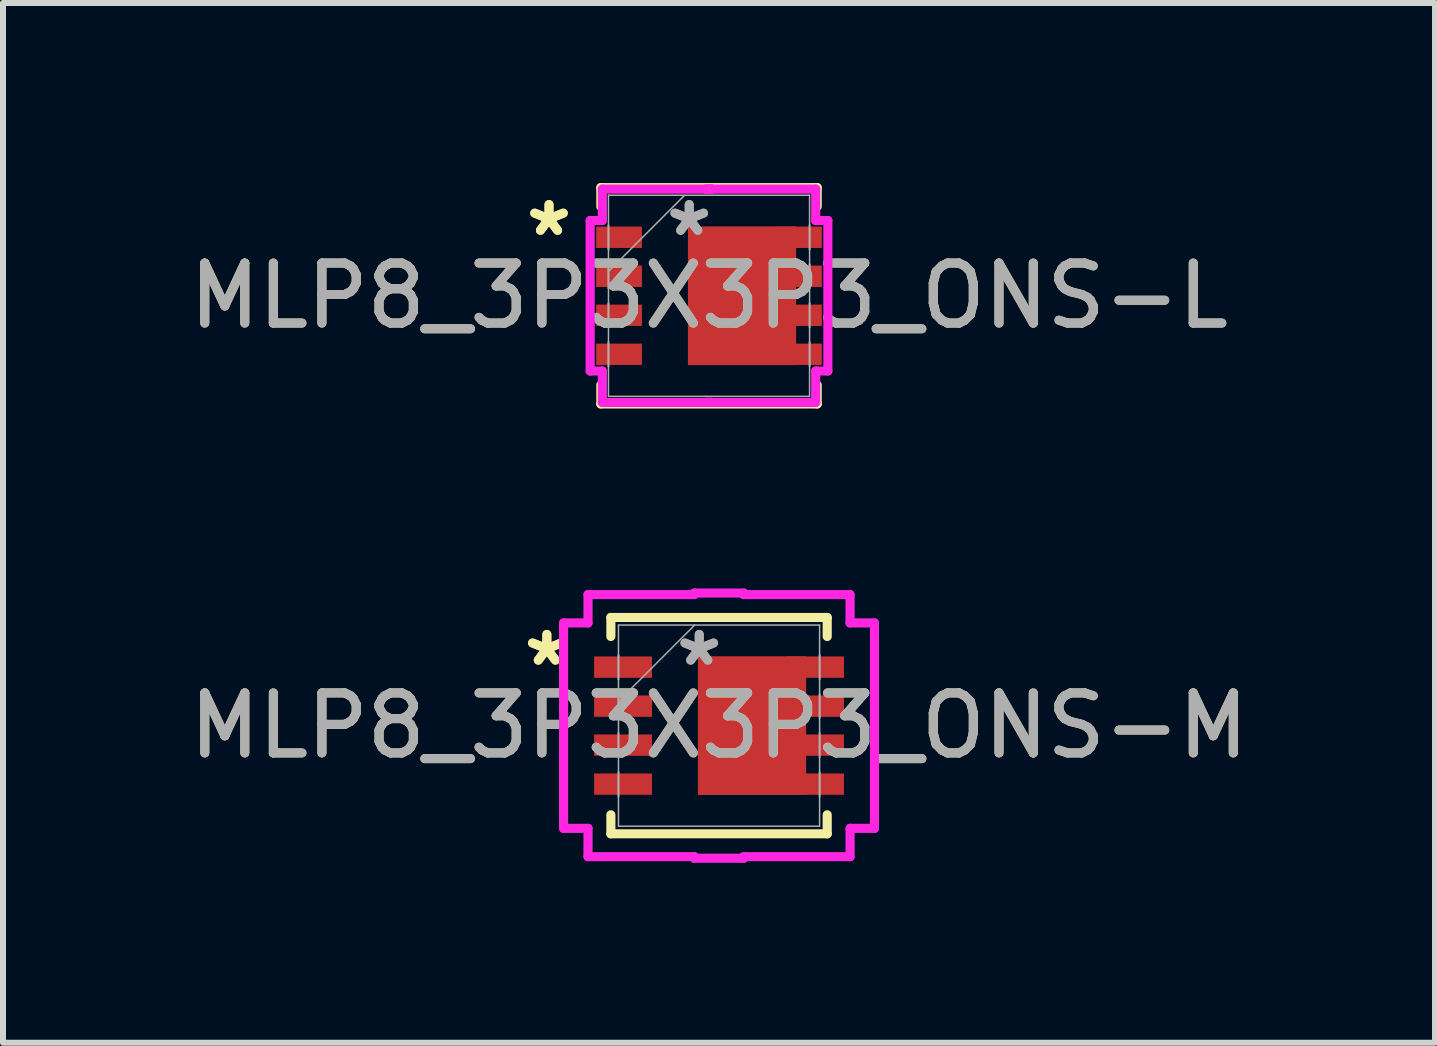
<source format=kicad_pcb>
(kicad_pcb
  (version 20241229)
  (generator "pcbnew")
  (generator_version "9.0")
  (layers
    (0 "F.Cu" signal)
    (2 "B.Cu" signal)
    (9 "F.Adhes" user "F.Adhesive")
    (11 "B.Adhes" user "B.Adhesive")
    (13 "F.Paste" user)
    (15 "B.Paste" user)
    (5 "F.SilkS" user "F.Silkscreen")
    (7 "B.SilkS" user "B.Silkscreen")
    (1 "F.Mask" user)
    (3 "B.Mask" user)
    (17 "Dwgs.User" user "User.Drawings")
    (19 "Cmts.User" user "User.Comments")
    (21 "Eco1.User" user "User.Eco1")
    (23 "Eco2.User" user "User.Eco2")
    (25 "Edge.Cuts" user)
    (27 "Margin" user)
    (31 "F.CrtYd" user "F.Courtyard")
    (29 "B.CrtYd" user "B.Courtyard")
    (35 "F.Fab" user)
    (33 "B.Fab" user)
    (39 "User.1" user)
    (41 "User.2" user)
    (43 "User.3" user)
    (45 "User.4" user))
  (footprint "MLP8_3P3X3P3_ONS-M"
    (layer "F.Cu")
    (at 8.935 9.045)
    (property "Reference" "MLP8_3P3X3P3_ONS-M" (at 0 0 0) (unlocked yes) (layer "F.SilkS") (effects (font (size 1 1) (thickness 0.15))))
    (attr smd)
    (fp_poly (pts (xy -0.352 -1.156) (xy 1.452 -1.156) (xy 1.452 1.156) (xy -0.352 1.156)) (stroke (width 0) (type solid)) (fill yes) (layer "F.Cu"))
    (fp_poly (pts (xy -0.352 -1.156) (xy 1.452 -1.156) (xy 1.452 1.156) (xy -0.352 1.156)) (stroke (width 0) (type solid)) (fill yes) (layer "F.Mask"))
    (fp_line (start -1.803 -1.803) (end -1.803 -1.486) (stroke (width 0.152) (type solid)) (layer "F.SilkS"))
    (fp_line (start -1.803 1.486) (end -1.803 1.803) (stroke (width 0.152) (type solid)) (layer "F.SilkS"))
    (fp_line (start -1.803 1.803) (end 1.803 1.803) (stroke (width 0.152) (type solid)) (layer "F.SilkS"))
    (fp_line (start 1.803 -1.803) (end -1.803 -1.803) (stroke (width 0.152) (type solid)) (layer "F.SilkS"))
    (fp_line (start 1.803 -1.486) (end 1.803 -1.803) (stroke (width 0.152) (type solid)) (layer "F.SilkS"))
    (fp_line (start 1.803 1.803) (end 1.803 1.486) (stroke (width 0.152) (type solid)) (layer "F.SilkS"))
    (fp_poly (pts (xy -0.352 -1.156) (xy 1.452 -1.156) (xy 1.452 1.156) (xy -0.352 1.156)) (stroke (width 0) (type solid)) (fill yes) (layer "F.Paste"))
    (fp_line (start -2.591 -1.712) (end -2.184 -1.712) (stroke (width 0.152) (type solid)) (layer "F.CrtYd"))
    (fp_line (start -2.591 1.712) (end -2.591 -1.712) (stroke (width 0.152) (type solid)) (layer "F.CrtYd"))
    (fp_line (start -2.184 -2.184) (end -0.412 -2.184) (stroke (width 0.152) (type solid)) (layer "F.CrtYd"))
    (fp_line (start -2.184 -1.712) (end -2.184 -2.184) (stroke (width 0.152) (type solid)) (layer "F.CrtYd"))
    (fp_line (start -2.184 1.712) (end -2.591 1.712) (stroke (width 0.152) (type solid)) (layer "F.CrtYd"))
    (fp_line (start -2.184 2.184) (end -2.184 1.712) (stroke (width 0.152) (type solid)) (layer "F.CrtYd"))
    (fp_line (start -0.412 -2.21) (end 0.412 -2.21) (stroke (width 0.152) (type solid)) (layer "F.CrtYd"))
    (fp_line (start -0.412 -2.184) (end -0.412 -2.21) (stroke (width 0.152) (type solid)) (layer "F.CrtYd"))
    (fp_line (start -0.412 2.184) (end -2.184 2.184) (stroke (width 0.152) (type solid)) (layer "F.CrtYd"))
    (fp_line (start -0.412 2.21) (end -0.412 2.184) (stroke (width 0.152) (type solid)) (layer "F.CrtYd"))
    (fp_line (start 0.412 -2.21) (end 0.412 -2.184) (stroke (width 0.152) (type solid)) (layer "F.CrtYd"))
    (fp_line (start 0.412 -2.184) (end 2.184 -2.184) (stroke (width 0.152) (type solid)) (layer "F.CrtYd"))
    (fp_line (start 0.412 2.184) (end 0.412 2.21) (stroke (width 0.152) (type solid)) (layer "F.CrtYd"))
    (fp_line (start 0.412 2.21) (end -0.412 2.21) (stroke (width 0.152) (type solid)) (layer "F.CrtYd"))
    (fp_line (start 2.184 -2.184) (end 2.184 -1.712) (stroke (width 0.152) (type solid)) (layer "F.CrtYd"))
    (fp_line (start 2.184 -1.712) (end 2.591 -1.712) (stroke (width 0.152) (type solid)) (layer "F.CrtYd"))
    (fp_line (start 2.184 1.712) (end 2.184 2.184) (stroke (width 0.152) (type solid)) (layer "F.CrtYd"))
    (fp_line (start 2.184 2.184) (end 0.412 2.184) (stroke (width 0.152) (type solid)) (layer "F.CrtYd"))
    (fp_line (start 2.591 -1.712) (end 2.591 1.712) (stroke (width 0.152) (type solid)) (layer "F.CrtYd"))
    (fp_line (start 2.591 1.712) (end 2.184 1.712) (stroke (width 0.152) (type solid)) (layer "F.CrtYd"))
    (fp_line (start -1.676 -1.676) (end -1.676 1.676) (stroke (width 0.025) (type solid)) (layer "F.Fab"))
    (fp_line (start -1.676 -1.178) (end -1.676 -1.178) (stroke (width 0.025) (type solid)) (layer "F.Fab"))
    (fp_line (start -1.676 -1.178) (end -1.676 -0.772) (stroke (width 0.025) (type solid)) (layer "F.Fab"))
    (fp_line (start -1.676 -0.772) (end -1.676 -1.178) (stroke (width 0.025) (type solid)) (layer "F.Fab"))
    (fp_line (start -1.676 -0.772) (end -1.676 -0.772) (stroke (width 0.025) (type solid)) (layer "F.Fab"))
    (fp_line (start -1.676 -0.528) (end -1.676 -0.528) (stroke (width 0.025) (type solid)) (layer "F.Fab"))
    (fp_line (start -1.676 -0.528) (end -1.676 -0.122) (stroke (width 0.025) (type solid)) (layer "F.Fab"))
    (fp_line (start -1.676 -0.406) (end -0.406 -1.676) (stroke (width 0.025) (type solid)) (layer "F.Fab"))
    (fp_line (start -1.676 -0.122) (end -1.676 -0.528) (stroke (width 0.025) (type solid)) (layer "F.Fab"))
    (fp_line (start -1.676 -0.122) (end -1.676 -0.122) (stroke (width 0.025) (type solid)) (layer "F.Fab"))
    (fp_line (start -1.676 0.122) (end -1.676 0.122) (stroke (width 0.025) (type solid)) (layer "F.Fab"))
    (fp_line (start -1.676 0.122) (end -1.676 0.528) (stroke (width 0.025) (type solid)) (layer "F.Fab"))
    (fp_line (start -1.676 0.528) (end -1.676 0.122) (stroke (width 0.025) (type solid)) (layer "F.Fab"))
    (fp_line (start -1.676 0.528) (end -1.676 0.528) (stroke (width 0.025) (type solid)) (layer "F.Fab"))
    (fp_line (start -1.676 0.772) (end -1.676 0.772) (stroke (width 0.025) (type solid)) (layer "F.Fab"))
    (fp_line (start -1.676 0.772) (end -1.676 1.178) (stroke (width 0.025) (type solid)) (layer "F.Fab"))
    (fp_line (start -1.676 1.178) (end -1.676 0.772) (stroke (width 0.025) (type solid)) (layer "F.Fab"))
    (fp_line (start -1.676 1.178) (end -1.676 1.178) (stroke (width 0.025) (type solid)) (layer "F.Fab"))
    (fp_line (start -1.676 1.676) (end 1.676 1.676) (stroke (width 0.025) (type solid)) (layer "F.Fab"))
    (fp_line (start 1.676 -1.676) (end -1.676 -1.676) (stroke (width 0.025) (type solid)) (layer "F.Fab"))
    (fp_line (start 1.676 -1.178) (end 1.676 -1.178) (stroke (width 0.025) (type solid)) (layer "F.Fab"))
    (fp_line (start 1.676 -1.178) (end 1.676 -0.772) (stroke (width 0.025) (type solid)) (layer "F.Fab"))
    (fp_line (start 1.676 -0.772) (end 1.676 -1.178) (stroke (width 0.025) (type solid)) (layer "F.Fab"))
    (fp_line (start 1.676 -0.772) (end 1.676 -0.772) (stroke (width 0.025) (type solid)) (layer "F.Fab"))
    (fp_line (start 1.676 -0.528) (end 1.676 -0.528) (stroke (width 0.025) (type solid)) (layer "F.Fab"))
    (fp_line (start 1.676 -0.528) (end 1.676 -0.122) (stroke (width 0.025) (type solid)) (layer "F.Fab"))
    (fp_line (start 1.676 -0.122) (end 1.676 -0.528) (stroke (width 0.025) (type solid)) (layer "F.Fab"))
    (fp_line (start 1.676 -0.122) (end 1.676 -0.122) (stroke (width 0.025) (type solid)) (layer "F.Fab"))
    (fp_line (start 1.676 0.122) (end 1.676 0.122) (stroke (width 0.025) (type solid)) (layer "F.Fab"))
    (fp_line (start 1.676 0.122) (end 1.676 0.528) (stroke (width 0.025) (type solid)) (layer "F.Fab"))
    (fp_line (start 1.676 0.528) (end 1.676 0.122) (stroke (width 0.025) (type solid)) (layer "F.Fab"))
    (fp_line (start 1.676 0.528) (end 1.676 0.528) (stroke (width 0.025) (type solid)) (layer "F.Fab"))
    (fp_line (start 1.676 0.772) (end 1.676 0.772) (stroke (width 0.025) (type solid)) (layer "F.Fab"))
    (fp_line (start 1.676 0.772) (end 1.676 1.178) (stroke (width 0.025) (type solid)) (layer "F.Fab"))
    (fp_line (start 1.676 1.178) (end 1.676 0.772) (stroke (width 0.025) (type solid)) (layer "F.Fab"))
    (fp_line (start 1.676 1.178) (end 1.676 1.178) (stroke (width 0.025) (type solid)) (layer "F.Fab"))
    (fp_line (start 1.676 1.676) (end 1.676 -1.676) (stroke (width 0.025) (type solid)) (layer "F.Fab"))
    (fp_text user "*" (at -2.87 -0.975 0) (unlocked yes) (layer "F.SilkS") (effects (font (size 1 1) (thickness 0.15))))
    (fp_text user "*" (at -2.87 -0.975 0) (layer "F.SilkS") (effects (font (size 1 1) (thickness 0.15))))
    (fp_text user "${REFERENCE}" (at 0 0 0) (unlocked yes) (layer "F.Fab") (effects (font (size 1 1) (thickness 0.15))))
    (fp_text user "*" (at -0.33 -0.975 0) (unlocked yes) (layer "F.Fab") (effects (font (size 1 1) (thickness 0.15))))
    (fp_text user "*" (at -0.33 -0.975 0) (layer "F.Fab") (effects (font (size 1 1) (thickness 0.15))))
    (pad "1" smd rect (at -1.6 -0.975 90) (size 0.356 0.965) (layers "F.Cu" "F.Mask" "F.Paste"))
    (pad "2" smd rect (at -1.6 -0.325 90) (size 0.356 0.965) (layers "F.Cu" "F.Mask" "F.Paste"))
    (pad "3" smd rect (at -1.6 0.325 90) (size 0.356 0.965) (layers "F.Cu" "F.Mask" "F.Paste"))
    (pad "4" smd rect (at -1.6 0.975 90) (size 0.356 0.965) (layers "F.Cu" "F.Mask" "F.Paste"))
    (pad "5" smd rect (at 1.6 0.975 90) (size 0.356 0.965) (layers "F.Cu" "F.Mask" "F.Paste"))
    (pad "6" smd rect (at 1.6 0.325 90) (size 0.356 0.965) (layers "F.Cu" "F.Mask" "F.Paste"))
    (pad "7" smd rect (at 1.6 -0.325 90) (size 0.356 0.965) (layers "F.Cu" "F.Mask" "F.Paste"))
    (pad "8" smd rect (at 1.6 -0.975 90) (size 0.356 0.965) (layers "F.Cu" "F.Mask" "F.Paste")))
  (footprint "MLP8_3P3X3P3_ONS-L"
    (layer "F.Cu")
    (at 8.768 1.88)
    (property "Reference" "MLP8_3P3X3P3_ONS-L" (at 0 0 0) (unlocked yes) (layer "F.SilkS") (effects (font (size 1 1) (thickness 0.15))))
    (attr smd)
    (fp_poly (pts (xy -0.352 -1.156) (xy 1.452 -1.156) (xy 1.452 1.156) (xy -0.352 1.156)) (stroke (width 0) (type solid)) (fill yes) (layer "F.Cu"))
    (fp_poly (pts (xy -0.352 -1.156) (xy 1.452 -1.156) (xy 1.452 1.156) (xy -0.352 1.156)) (stroke (width 0) (type solid)) (fill yes) (layer "F.Mask"))
    (fp_line (start -1.803 -1.803) (end -1.803 -1.486) (stroke (width 0.152) (type solid)) (layer "F.SilkS"))
    (fp_line (start -1.803 1.486) (end -1.803 1.803) (stroke (width 0.152) (type solid)) (layer "F.SilkS"))
    (fp_line (start -1.803 1.803) (end 1.803 1.803) (stroke (width 0.152) (type solid)) (layer "F.SilkS"))
    (fp_line (start 1.803 -1.803) (end -1.803 -1.803) (stroke (width 0.152) (type solid)) (layer "F.SilkS"))
    (fp_line (start 1.803 -1.486) (end 1.803 -1.803) (stroke (width 0.152) (type solid)) (layer "F.SilkS"))
    (fp_line (start 1.803 1.803) (end 1.803 1.486) (stroke (width 0.152) (type solid)) (layer "F.SilkS"))
    (fp_poly (pts (xy -0.352 -1.156) (xy 1.452 -1.156) (xy 1.452 1.156) (xy -0.352 1.156)) (stroke (width 0) (type solid)) (fill yes) (layer "F.Paste"))
    (fp_line (start -1.981 -1.254) (end -1.778 -1.254) (stroke (width 0.152) (type solid)) (layer "F.CrtYd"))
    (fp_line (start -1.981 1.254) (end -1.981 -1.254) (stroke (width 0.152) (type solid)) (layer "F.CrtYd"))
    (fp_line (start -1.778 -1.778) (end 0.046 -1.778) (stroke (width 0.152) (type solid)) (layer "F.CrtYd"))
    (fp_line (start -1.778 -1.254) (end -1.778 -1.778) (stroke (width 0.152) (type solid)) (layer "F.CrtYd"))
    (fp_line (start -1.778 1.254) (end -1.981 1.254) (stroke (width 0.152) (type solid)) (layer "F.CrtYd"))
    (fp_line (start -1.778 1.778) (end -1.778 1.254) (stroke (width 0.152) (type solid)) (layer "F.CrtYd"))
    (fp_line (start -0.046 -1.778) (end -0.046 -1.778) (stroke (width 0.152) (type solid)) (layer "F.CrtYd"))
    (fp_line (start -0.046 -1.778) (end 1.778 -1.778) (stroke (width 0.152) (type solid)) (layer "F.CrtYd"))
    (fp_line (start -0.046 1.778) (end -0.046 1.778) (stroke (width 0.152) (type solid)) (layer "F.CrtYd"))
    (fp_line (start -0.046 1.778) (end 0.046 1.778) (stroke (width 0.152) (type solid)) (layer "F.CrtYd"))
    (fp_line (start 0.046 -1.778) (end -0.046 -1.778) (stroke (width 0.152) (type solid)) (layer "F.CrtYd"))
    (fp_line (start 0.046 -1.778) (end 0.046 -1.778) (stroke (width 0.152) (type solid)) (layer "F.CrtYd"))
    (fp_line (start 0.046 1.778) (end -1.778 1.778) (stroke (width 0.152) (type solid)) (layer "F.CrtYd"))
    (fp_line (start 0.046 1.778) (end 0.046 1.778) (stroke (width 0.152) (type solid)) (layer "F.CrtYd"))
    (fp_line (start 1.778 -1.778) (end 1.778 -1.254) (stroke (width 0.152) (type solid)) (layer "F.CrtYd"))
    (fp_line (start 1.778 -1.254) (end 1.981 -1.254) (stroke (width 0.152) (type solid)) (layer "F.CrtYd"))
    (fp_line (start 1.778 1.254) (end 1.778 1.778) (stroke (width 0.152) (type solid)) (layer "F.CrtYd"))
    (fp_line (start 1.778 1.778) (end -0.046 1.778) (stroke (width 0.152) (type solid)) (layer "F.CrtYd"))
    (fp_line (start 1.981 -1.254) (end 1.981 1.254) (stroke (width 0.152) (type solid)) (layer "F.CrtYd"))
    (fp_line (start 1.981 1.254) (end 1.778 1.254) (stroke (width 0.152) (type solid)) (layer "F.CrtYd"))
    (fp_line (start -1.676 -1.676) (end -1.676 1.676) (stroke (width 0.025) (type solid)) (layer "F.Fab"))
    (fp_line (start -1.676 -1.178) (end -1.676 -1.178) (stroke (width 0.025) (type solid)) (layer "F.Fab"))
    (fp_line (start -1.676 -1.178) (end -1.676 -0.772) (stroke (width 0.025) (type solid)) (layer "F.Fab"))
    (fp_line (start -1.676 -0.772) (end -1.676 -1.178) (stroke (width 0.025) (type solid)) (layer "F.Fab"))
    (fp_line (start -1.676 -0.772) (end -1.676 -0.772) (stroke (width 0.025) (type solid)) (layer "F.Fab"))
    (fp_line (start -1.676 -0.528) (end -1.676 -0.528) (stroke (width 0.025) (type solid)) (layer "F.Fab"))
    (fp_line (start -1.676 -0.528) (end -1.676 -0.122) (stroke (width 0.025) (type solid)) (layer "F.Fab"))
    (fp_line (start -1.676 -0.406) (end -0.406 -1.676) (stroke (width 0.025) (type solid)) (layer "F.Fab"))
    (fp_line (start -1.676 -0.122) (end -1.676 -0.528) (stroke (width 0.025) (type solid)) (layer "F.Fab"))
    (fp_line (start -1.676 -0.122) (end -1.676 -0.122) (stroke (width 0.025) (type solid)) (layer "F.Fab"))
    (fp_line (start -1.676 0.122) (end -1.676 0.122) (stroke (width 0.025) (type solid)) (layer "F.Fab"))
    (fp_line (start -1.676 0.122) (end -1.676 0.528) (stroke (width 0.025) (type solid)) (layer "F.Fab"))
    (fp_line (start -1.676 0.528) (end -1.676 0.122) (stroke (width 0.025) (type solid)) (layer "F.Fab"))
    (fp_line (start -1.676 0.528) (end -1.676 0.528) (stroke (width 0.025) (type solid)) (layer "F.Fab"))
    (fp_line (start -1.676 0.772) (end -1.676 0.772) (stroke (width 0.025) (type solid)) (layer "F.Fab"))
    (fp_line (start -1.676 0.772) (end -1.676 1.178) (stroke (width 0.025) (type solid)) (layer "F.Fab"))
    (fp_line (start -1.676 1.178) (end -1.676 0.772) (stroke (width 0.025) (type solid)) (layer "F.Fab"))
    (fp_line (start -1.676 1.178) (end -1.676 1.178) (stroke (width 0.025) (type solid)) (layer "F.Fab"))
    (fp_line (start -1.676 1.676) (end 1.676 1.676) (stroke (width 0.025) (type solid)) (layer "F.Fab"))
    (fp_line (start 1.676 -1.676) (end -1.676 -1.676) (stroke (width 0.025) (type solid)) (layer "F.Fab"))
    (fp_line (start 1.676 -1.178) (end 1.676 -1.178) (stroke (width 0.025) (type solid)) (layer "F.Fab"))
    (fp_line (start 1.676 -1.178) (end 1.676 -0.772) (stroke (width 0.025) (type solid)) (layer "F.Fab"))
    (fp_line (start 1.676 -0.772) (end 1.676 -1.178) (stroke (width 0.025) (type solid)) (layer "F.Fab"))
    (fp_line (start 1.676 -0.772) (end 1.676 -0.772) (stroke (width 0.025) (type solid)) (layer "F.Fab"))
    (fp_line (start 1.676 -0.528) (end 1.676 -0.528) (stroke (width 0.025) (type solid)) (layer "F.Fab"))
    (fp_line (start 1.676 -0.528) (end 1.676 -0.122) (stroke (width 0.025) (type solid)) (layer "F.Fab"))
    (fp_line (start 1.676 -0.122) (end 1.676 -0.528) (stroke (width 0.025) (type solid)) (layer "F.Fab"))
    (fp_line (start 1.676 -0.122) (end 1.676 -0.122) (stroke (width 0.025) (type solid)) (layer "F.Fab"))
    (fp_line (start 1.676 0.122) (end 1.676 0.122) (stroke (width 0.025) (type solid)) (layer "F.Fab"))
    (fp_line (start 1.676 0.122) (end 1.676 0.528) (stroke (width 0.025) (type solid)) (layer "F.Fab"))
    (fp_line (start 1.676 0.528) (end 1.676 0.122) (stroke (width 0.025) (type solid)) (layer "F.Fab"))
    (fp_line (start 1.676 0.528) (end 1.676 0.528) (stroke (width 0.025) (type solid)) (layer "F.Fab"))
    (fp_line (start 1.676 0.772) (end 1.676 0.772) (stroke (width 0.025) (type solid)) (layer "F.Fab"))
    (fp_line (start 1.676 0.772) (end 1.676 1.178) (stroke (width 0.025) (type solid)) (layer "F.Fab"))
    (fp_line (start 1.676 1.178) (end 1.676 0.772) (stroke (width 0.025) (type solid)) (layer "F.Fab"))
    (fp_line (start 1.676 1.178) (end 1.676 1.178) (stroke (width 0.025) (type solid)) (layer "F.Fab"))
    (fp_line (start 1.676 1.676) (end 1.676 -1.676) (stroke (width 0.025) (type solid)) (layer "F.Fab"))
    (fp_text user "*" (at -2.667 -0.975 0) (unlocked yes) (layer "F.SilkS") (effects (font (size 1 1) (thickness 0.15))))
    (fp_text user "*" (at -2.667 -0.975 0) (layer "F.SilkS") (effects (font (size 1 1) (thickness 0.15))))
    (fp_text user "*" (at -0.33 -0.975 0) (unlocked yes) (layer "F.Fab") (effects (font (size 1 1) (thickness 0.15))))
    (fp_text user "${REFERENCE}" (at 0 0 0) (unlocked yes) (layer "F.Fab") (effects (font (size 1 1) (thickness 0.15))))
    (fp_text user "*" (at -0.33 -0.975 0) (layer "F.Fab") (effects (font (size 1 1) (thickness 0.15))))
    (pad "1" smd rect (at -1.499 -0.975 90) (size 0.356 0.762) (layers "F.Cu" "F.Mask" "F.Paste"))
    (pad "2" smd rect (at -1.499 -0.325 90) (size 0.356 0.762) (layers "F.Cu" "F.Mask" "F.Paste"))
    (pad "3" smd rect (at -1.499 0.325 90) (size 0.356 0.762) (layers "F.Cu" "F.Mask" "F.Paste"))
    (pad "4" smd rect (at -1.499 0.975 90) (size 0.356 0.762) (layers "F.Cu" "F.Mask" "F.Paste"))
    (pad "5" smd rect (at 1.499 0.975 90) (size 0.356 0.762) (layers "F.Cu" "F.Mask" "F.Paste"))
    (pad "6" smd rect (at 1.499 0.325 90) (size 0.356 0.762) (layers "F.Cu" "F.Mask" "F.Paste"))
    (pad "7" smd rect (at 1.499 -0.325 90) (size 0.356 0.762) (layers "F.Cu" "F.Mask" "F.Paste"))
    (pad "8" smd rect (at 1.499 -0.975 90) (size 0.356 0.762) (layers "F.Cu" "F.Mask" "F.Paste")))
  (gr_rect
    (start -3 -3)
    (end 20.869 14.331)
    (stroke (width 0.1) (type default))
    (fill no)
    (layer "Edge.Cuts")))
</source>
